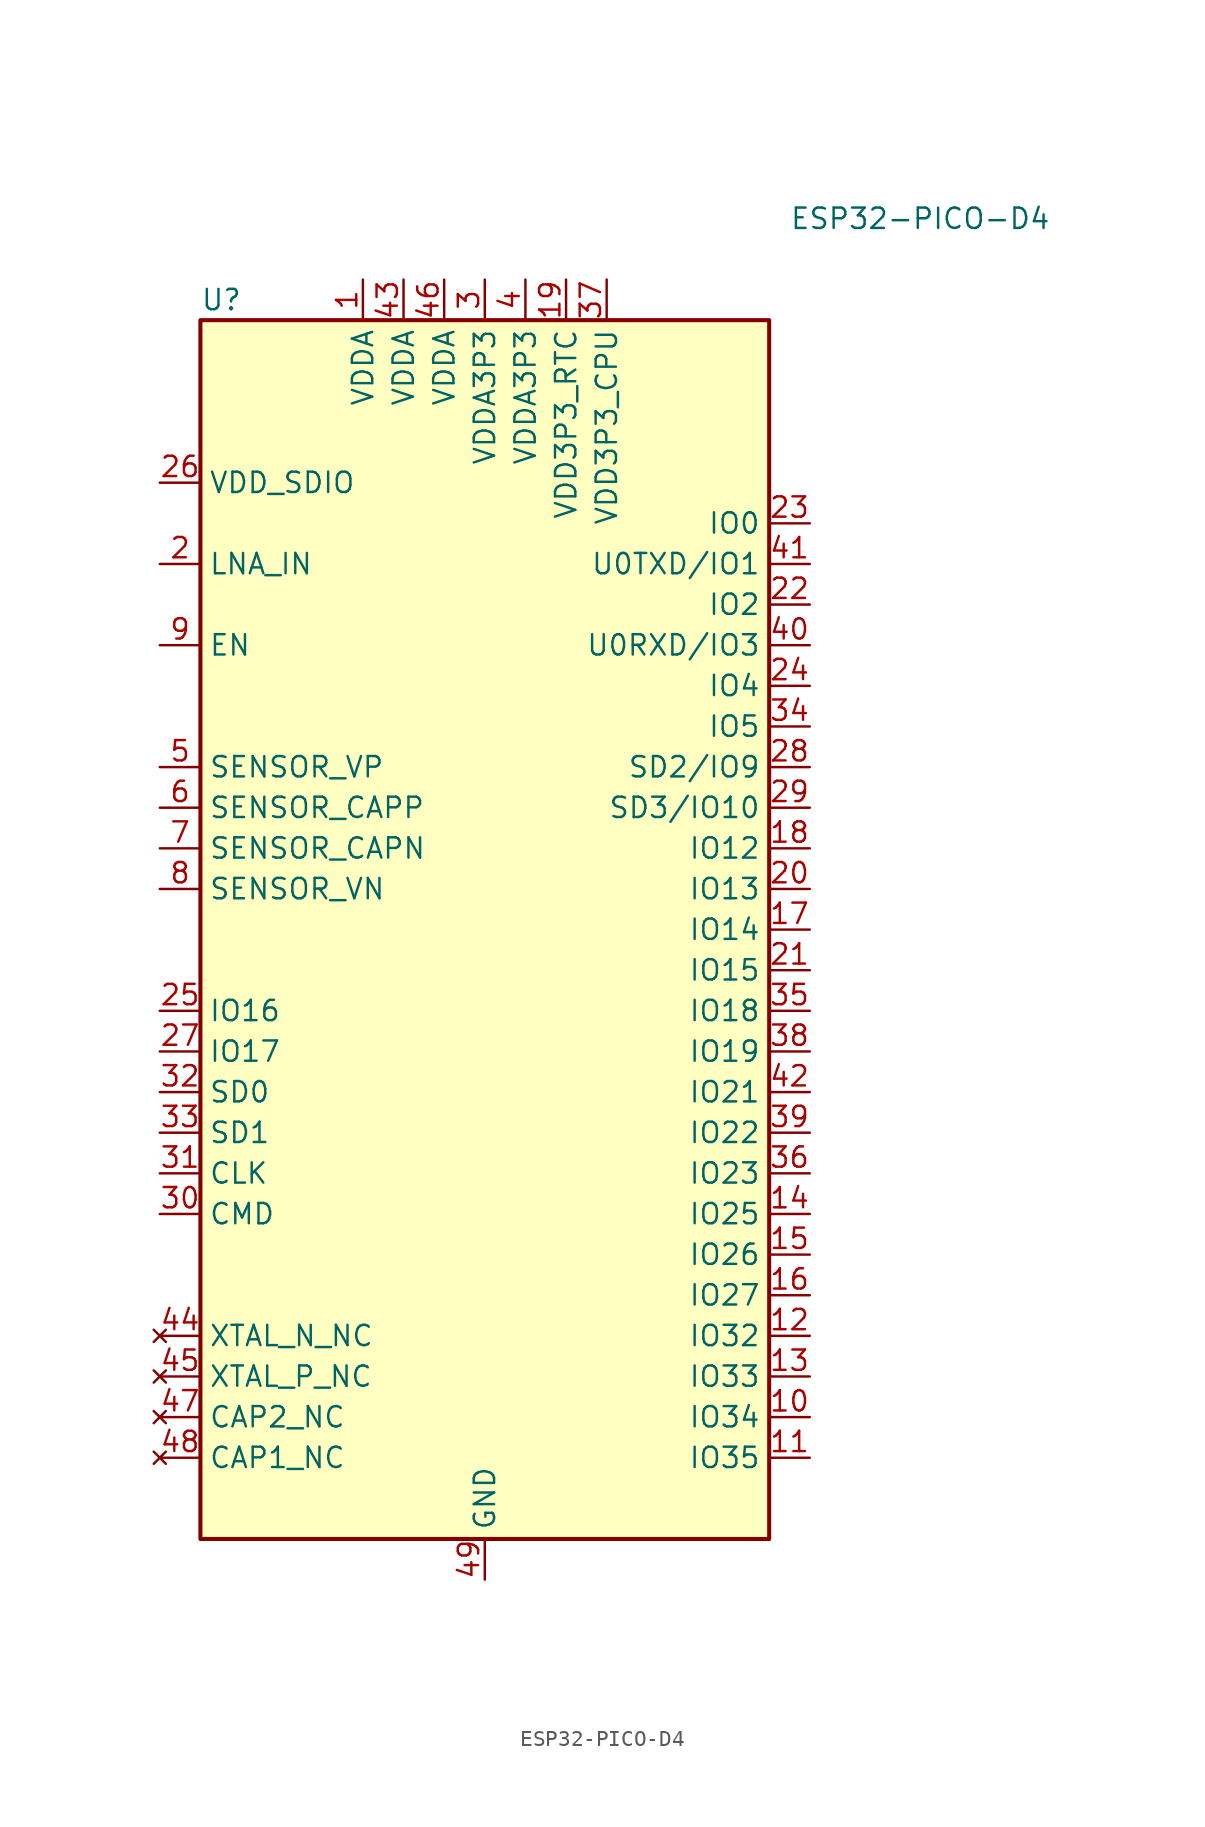
<source format=kicad_sym>
(kicad_symbol_lib
  (version 20220914)
  (generator kicad_symbol_editor)
  (symbol "ESP32-PICO-D4"
    (property "Reference" "U"
      (at -17.78 39.37 0)
      (effects (font (size 1.27 1.27)) (justify left)))
    (property "Value" "ESP32-PICO-D4"
      (at 19.05 44.45 0)
      (effects (font (size 1.27 1.27)) (justify left)))
    (symbol "ESP32-PICO-D4_0_0"
      (pin power_in line (at -7.62 40.64 270) (length 2.54) (name "VDDA" (effects (font (size 1.27 1.27)))) (number "1" (effects (font (size 1.27 1.27)))))
      (pin input line (at 20.32 -30.48 180) (length 2.54) (name "IO34" (effects (font (size 1.27 1.27)))) (number "10" (effects (font (size 1.27 1.27)))))
      (pin input line (at 20.32 -33.02 180) (length 2.54) (name "IO35" (effects (font (size 1.27 1.27)))) (number "11" (effects (font (size 1.27 1.27)))))
      (pin bidirectional line (at 20.32 -25.4 180) (length 2.54) (name "IO32" (effects (font (size 1.27 1.27)))) (number "12" (effects (font (size 1.27 1.27)))))
      (pin bidirectional line (at 20.32 -27.94 180) (length 2.54) (name "IO33" (effects (font (size 1.27 1.27)))) (number "13" (effects (font (size 1.27 1.27)))))
      (pin bidirectional line (at 20.32 -17.78 180) (length 2.54) (name "IO25" (effects (font (size 1.27 1.27)))) (number "14" (effects (font (size 1.27 1.27)))))
      (pin bidirectional line (at 20.32 -20.32 180) (length 2.54) (name "IO26" (effects (font (size 1.27 1.27)))) (number "15" (effects (font (size 1.27 1.27)))))
      (pin bidirectional line (at 20.32 -22.86 180) (length 2.54) (name "IO27" (effects (font (size 1.27 1.27)))) (number "16" (effects (font (size 1.27 1.27)))))
      (pin bidirectional line (at 20.32 0 180) (length 2.54) (name "IO14" (effects (font (size 1.27 1.27)))) (number "17" (effects (font (size 1.27 1.27)))))
      (pin bidirectional line (at 20.32 5.08 180) (length 2.54) (name "IO12" (effects (font (size 1.27 1.27)))) (number "18" (effects (font (size 1.27 1.27)))))
      (pin power_in line (at 5.08 40.64 270) (length 2.54) (name "VDD3P3_RTC" (effects (font (size 1.27 1.27)))) (number "19" (effects (font (size 1.27 1.27)))))
      (pin bidirectional line (at -20.32 22.86 0) (length 2.54) (name "LNA_IN" (effects (font (size 1.27 1.27)))) (number "2" (effects (font (size 1.27 1.27)))))
      (pin bidirectional line (at 20.32 2.54 180) (length 2.54) (name "IO13" (effects (font (size 1.27 1.27)))) (number "20" (effects (font (size 1.27 1.27)))))
      (pin bidirectional line (at 20.32 -2.54 180) (length 2.54) (name "IO15" (effects (font (size 1.27 1.27)))) (number "21" (effects (font (size 1.27 1.27)))))
      (pin bidirectional line (at 20.32 20.32 180) (length 2.54) (name "IO2" (effects (font (size 1.27 1.27)))) (number "22" (effects (font (size 1.27 1.27)))))
      (pin bidirectional line (at 20.32 25.4 180) (length 2.54) (name "IO0" (effects (font (size 1.27 1.27)))) (number "23" (effects (font (size 1.27 1.27)))))
      (pin bidirectional line (at 20.32 15.24 180) (length 2.54) (name "IO4" (effects (font (size 1.27 1.27)))) (number "24" (effects (font (size 1.27 1.27)))))
      (pin bidirectional line (at -20.32 -5.08 0) (length 2.54) (name "IO16" (effects (font (size 1.27 1.27)))) (number "25" (effects (font (size 1.27 1.27)))))
      (pin power_out line (at -20.32 27.94 0) (length 2.54) (name "VDD_SDIO" (effects (font (size 1.27 1.27)))) (number "26" (effects (font (size 1.27 1.27)))))
      (pin bidirectional line (at -20.32 -7.62 0) (length 2.54) (name "IO17" (effects (font (size 1.27 1.27)))) (number "27" (effects (font (size 1.27 1.27)))))
      (pin bidirectional line (at 20.32 10.16 180) (length 2.54) (name "SD2/IO9" (effects (font (size 1.27 1.27)))) (number "28" (effects (font (size 1.27 1.27)))))
      (pin bidirectional line (at 20.32 7.62 180) (length 2.54) (name "SD3/IO10" (effects (font (size 1.27 1.27)))) (number "29" (effects (font (size 1.27 1.27)))))
      (pin power_in line (at 0 40.64 270) (length 2.54) (name "VDDA3P3" (effects (font (size 1.27 1.27)))) (number "3" (effects (font (size 1.27 1.27)))))
      (pin bidirectional line (at -20.32 -17.78 0) (length 2.54) (name "CMD" (effects (font (size 1.27 1.27)))) (number "30" (effects (font (size 1.27 1.27)))))
      (pin bidirectional line (at -20.32 -15.24 0) (length 2.54) (name "CLK" (effects (font (size 1.27 1.27)))) (number "31" (effects (font (size 1.27 1.27)))))
      (pin bidirectional line (at -20.32 -10.16 0) (length 2.54) (name "SD0" (effects (font (size 1.27 1.27)))) (number "32" (effects (font (size 1.27 1.27)))))
      (pin bidirectional line (at -20.32 -12.7 0) (length 2.54) (name "SD1" (effects (font (size 1.27 1.27)))) (number "33" (effects (font (size 1.27 1.27)))))
      (pin bidirectional line (at 20.32 12.7 180) (length 2.54) (name "IO5" (effects (font (size 1.27 1.27)))) (number "34" (effects (font (size 1.27 1.27)))))
      (pin bidirectional line (at 20.32 -5.08 180) (length 2.54) (name "IO18" (effects (font (size 1.27 1.27)))) (number "35" (effects (font (size 1.27 1.27)))))
      (pin bidirectional line (at 20.32 -15.24 180) (length 2.54) (name "IO23" (effects (font (size 1.27 1.27)))) (number "36" (effects (font (size 1.27 1.27)))))
      (pin power_in line (at 7.62 40.64 270) (length 2.54) (name "VDD3P3_CPU" (effects (font (size 1.27 1.27)))) (number "37" (effects (font (size 1.27 1.27)))))
      (pin bidirectional line (at 20.32 -7.62 180) (length 2.54) (name "IO19" (effects (font (size 1.27 1.27)))) (number "38" (effects (font (size 1.27 1.27)))))
      (pin bidirectional line (at 20.32 -12.7 180) (length 2.54) (name "IO22" (effects (font (size 1.27 1.27)))) (number "39" (effects (font (size 1.27 1.27)))))
      (pin bidirectional line (at 20.32 17.78 180) (length 2.54) (name "U0RXD/IO3" (effects (font (size 1.27 1.27)))) (number "40" (effects (font (size 1.27 1.27)))))
      (pin bidirectional line (at 20.32 22.86 180) (length 2.54) (name "U0TXD/IO1" (effects (font (size 1.27 1.27)))) (number "41" (effects (font (size 1.27 1.27)))))
      (pin bidirectional line (at 20.32 -10.16 180) (length 2.54) (name "IO21" (effects (font (size 1.27 1.27)))) (number "42" (effects (font (size 1.27 1.27)))))
      (pin power_in line (at 0 -40.64 90) (length 2.54) (name "GND" (effects (font (size 1.27 1.27)))) (number "49" (effects (font (size 1.27 1.27)))))
      (pin input line (at -20.32 10.16 0) (length 2.54) (name "SENSOR_VP" (effects (font (size 1.27 1.27)))) (number "5" (effects (font (size 1.27 1.27)))))
      (pin input line (at -20.32 7.62 0) (length 2.54) (name "SENSOR_CAPP" (effects (font (size 1.27 1.27)))) (number "6" (effects (font (size 1.27 1.27)))))
      (pin input line (at -20.32 5.08 0) (length 2.54) (name "SENSOR_CAPN" (effects (font (size 1.27 1.27)))) (number "7" (effects (font (size 1.27 1.27)))))
      (pin input line (at -20.32 2.54 0) (length 2.54) (name "SENSOR_VN" (effects (font (size 1.27 1.27)))) (number "8" (effects (font (size 1.27 1.27)))))
      (pin input line (at -20.32 17.78 0) (length 2.54) (name "EN" (effects (font (size 1.27 1.27)))) (number "9" (effects (font (size 1.27 1.27))))))
    (symbol "ESP32-PICO-D4_0_1"
      (rectangle (start -17.78 38.1) (end 17.78 -38.1) (stroke (width 0.254) (type default)) (fill (type background))))
    (symbol "ESP32-PICO-D4_1_0"
      (pin passive line (at 2.54 40.64 270) (length 2.54) (name "VDDA3P3" (effects (font (size 1.27 1.27)))) (number "4" (effects (font (size 1.27 1.27)))))
      (pin passive line (at -5.08 40.64 270) (length 2.54) (name "VDDA" (effects (font (size 1.27 1.27)))) (number "43" (effects (font (size 1.27 1.27)))))
      (pin no_connect line (at -20.32 -25.4 0) (length 2.54) (name "XTAL_N_NC" (effects (font (size 1.27 1.27)))) (number "44" (effects (font (size 1.27 1.27)))))
      (pin no_connect line (at -20.32 -27.94 0) (length 2.54) (name "XTAL_P_NC" (effects (font (size 1.27 1.27)))) (number "45" (effects (font (size 1.27 1.27)))))
      (pin passive line (at -2.54 40.64 270) (length 2.54) (name "VDDA" (effects (font (size 1.27 1.27)))) (number "46" (effects (font (size 1.27 1.27)))))
      (pin no_connect line (at -20.32 -30.48 0) (length 2.54) (name "CAP2_NC" (effects (font (size 1.27 1.27)))) (number "47" (effects (font (size 1.27 1.27)))))
      (pin no_connect line (at -20.32 -33.02 0) (length 2.54) (name "CAP1_NC" (effects (font (size 1.27 1.27)))) (number "48" (effects (font (size 1.27 1.27))))))))
</source>
